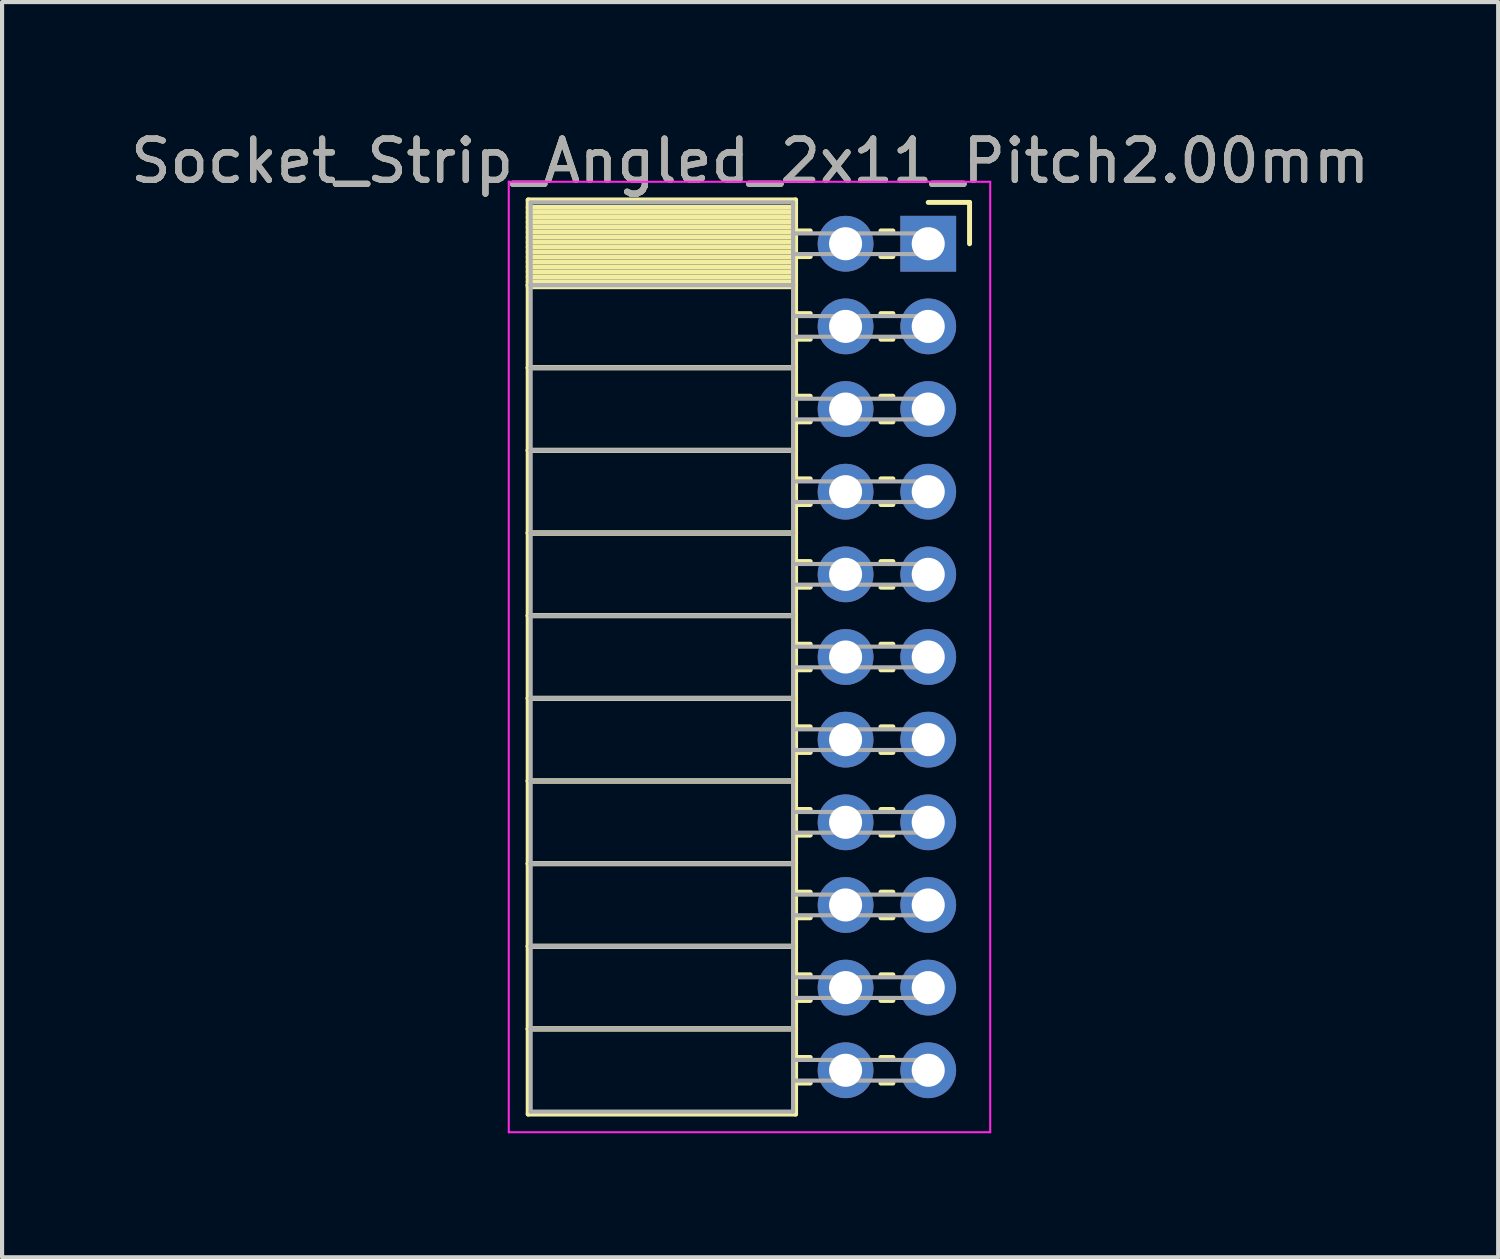
<source format=kicad_pcb>
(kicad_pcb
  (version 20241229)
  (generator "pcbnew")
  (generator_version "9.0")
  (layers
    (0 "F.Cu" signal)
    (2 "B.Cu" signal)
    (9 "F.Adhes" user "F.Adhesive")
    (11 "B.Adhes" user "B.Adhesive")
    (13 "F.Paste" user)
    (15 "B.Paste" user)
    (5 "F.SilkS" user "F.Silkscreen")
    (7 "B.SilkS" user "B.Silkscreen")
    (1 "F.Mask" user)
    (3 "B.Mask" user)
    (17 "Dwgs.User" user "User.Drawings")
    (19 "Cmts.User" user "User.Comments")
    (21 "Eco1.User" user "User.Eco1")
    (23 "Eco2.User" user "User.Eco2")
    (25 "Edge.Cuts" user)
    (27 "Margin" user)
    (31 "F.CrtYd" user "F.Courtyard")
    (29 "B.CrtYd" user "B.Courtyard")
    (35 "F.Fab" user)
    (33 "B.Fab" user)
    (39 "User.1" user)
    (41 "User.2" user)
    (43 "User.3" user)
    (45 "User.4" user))
  (footprint "Socket_Strip_Angled_2x11_Pitch2.00mm"
    (layer "F.Cu")
    (at 19.411 2.848)
    (property "Reference" "Socket_Strip_Angled_2x11_Pitch2.00mm" (at -4.31 -2 0) (layer "F.SilkS") (effects (font (size 1 1) (thickness 0.15))))
    (attr through_hole)
    (fp_line (start -9.68 -1.06) (end -3.21 -1.06) (stroke (width 0.12) (type solid)) (layer "F.SilkS"))
    (fp_line (start -9.68 1) (end -9.68 -1.06) (stroke (width 0.12) (type solid)) (layer "F.SilkS"))
    (fp_line (start -9.68 1) (end -3.21 1) (stroke (width 0.12) (type solid)) (layer "F.SilkS"))
    (fp_line (start -9.68 3) (end -9.68 1) (stroke (width 0.12) (type solid)) (layer "F.SilkS"))
    (fp_line (start -9.68 3) (end -3.21 3) (stroke (width 0.12) (type solid)) (layer "F.SilkS"))
    (fp_line (start -9.68 5) (end -9.68 3) (stroke (width 0.12) (type solid)) (layer "F.SilkS"))
    (fp_line (start -9.68 5) (end -3.21 5) (stroke (width 0.12) (type solid)) (layer "F.SilkS"))
    (fp_line (start -9.68 7) (end -9.68 5) (stroke (width 0.12) (type solid)) (layer "F.SilkS"))
    (fp_line (start -9.68 7) (end -3.21 7) (stroke (width 0.12) (type solid)) (layer "F.SilkS"))
    (fp_line (start -9.68 9) (end -9.68 7) (stroke (width 0.12) (type solid)) (layer "F.SilkS"))
    (fp_line (start -9.68 9) (end -3.21 9) (stroke (width 0.12) (type solid)) (layer "F.SilkS"))
    (fp_line (start -9.68 11) (end -9.68 9) (stroke (width 0.12) (type solid)) (layer "F.SilkS"))
    (fp_line (start -9.68 11) (end -3.21 11) (stroke (width 0.12) (type solid)) (layer "F.SilkS"))
    (fp_line (start -9.68 13) (end -9.68 11) (stroke (width 0.12) (type solid)) (layer "F.SilkS"))
    (fp_line (start -9.68 13) (end -3.21 13) (stroke (width 0.12) (type solid)) (layer "F.SilkS"))
    (fp_line (start -9.68 15) (end -9.68 13) (stroke (width 0.12) (type solid)) (layer "F.SilkS"))
    (fp_line (start -9.68 15) (end -3.21 15) (stroke (width 0.12) (type solid)) (layer "F.SilkS"))
    (fp_line (start -9.68 17) (end -9.68 15) (stroke (width 0.12) (type solid)) (layer "F.SilkS"))
    (fp_line (start -9.68 17) (end -3.21 17) (stroke (width 0.12) (type solid)) (layer "F.SilkS"))
    (fp_line (start -9.68 19) (end -9.68 17) (stroke (width 0.12) (type solid)) (layer "F.SilkS"))
    (fp_line (start -9.68 19) (end -3.21 19) (stroke (width 0.12) (type solid)) (layer "F.SilkS"))
    (fp_line (start -9.68 21.06) (end -9.68 19) (stroke (width 0.12) (type solid)) (layer "F.SilkS"))
    (fp_line (start -3.21 -1.06) (end -3.21 1) (stroke (width 0.12) (type solid)) (layer "F.SilkS"))
    (fp_line (start -3.21 -0.88) (end -9.68 -0.88) (stroke (width 0.12) (type solid)) (layer "F.SilkS"))
    (fp_line (start -3.21 -0.76) (end -9.68 -0.76) (stroke (width 0.12) (type solid)) (layer "F.SilkS"))
    (fp_line (start -3.21 -0.64) (end -9.68 -0.64) (stroke (width 0.12) (type solid)) (layer "F.SilkS"))
    (fp_line (start -3.21 -0.52) (end -9.68 -0.52) (stroke (width 0.12) (type solid)) (layer "F.SilkS"))
    (fp_line (start -3.21 -0.4) (end -9.68 -0.4) (stroke (width 0.12) (type solid)) (layer "F.SilkS"))
    (fp_line (start -3.21 -0.28) (end -9.68 -0.28) (stroke (width 0.12) (type solid)) (layer "F.SilkS"))
    (fp_line (start -3.21 -0.16) (end -9.68 -0.16) (stroke (width 0.12) (type solid)) (layer "F.SilkS"))
    (fp_line (start -3.21 -0.04) (end -9.68 -0.04) (stroke (width 0.12) (type solid)) (layer "F.SilkS"))
    (fp_line (start -3.21 0.08) (end -9.68 0.08) (stroke (width 0.12) (type solid)) (layer "F.SilkS"))
    (fp_line (start -3.21 0.2) (end -9.68 0.2) (stroke (width 0.12) (type solid)) (layer "F.SilkS"))
    (fp_line (start -3.21 0.32) (end -9.68 0.32) (stroke (width 0.12) (type solid)) (layer "F.SilkS"))
    (fp_line (start -3.21 0.44) (end -9.68 0.44) (stroke (width 0.12) (type solid)) (layer "F.SilkS"))
    (fp_line (start -3.21 0.56) (end -9.68 0.56) (stroke (width 0.12) (type solid)) (layer "F.SilkS"))
    (fp_line (start -3.21 0.68) (end -9.68 0.68) (stroke (width 0.12) (type solid)) (layer "F.SilkS"))
    (fp_line (start -3.21 0.8) (end -9.68 0.8) (stroke (width 0.12) (type solid)) (layer "F.SilkS"))
    (fp_line (start -3.21 0.92) (end -9.68 0.92) (stroke (width 0.12) (type solid)) (layer "F.SilkS"))
    (fp_line (start -3.21 1) (end -9.68 1) (stroke (width 0.12) (type solid)) (layer "F.SilkS"))
    (fp_line (start -3.21 1) (end -3.21 3) (stroke (width 0.12) (type solid)) (layer "F.SilkS"))
    (fp_line (start -3.21 1.04) (end -9.68 1.04) (stroke (width 0.12) (type solid)) (layer "F.SilkS"))
    (fp_line (start -3.21 3) (end -9.68 3) (stroke (width 0.12) (type solid)) (layer "F.SilkS"))
    (fp_line (start -3.21 3) (end -3.21 5) (stroke (width 0.12) (type solid)) (layer "F.SilkS"))
    (fp_line (start -3.21 5) (end -9.68 5) (stroke (width 0.12) (type solid)) (layer "F.SilkS"))
    (fp_line (start -3.21 5) (end -3.21 7) (stroke (width 0.12) (type solid)) (layer "F.SilkS"))
    (fp_line (start -3.21 7) (end -9.68 7) (stroke (width 0.12) (type solid)) (layer "F.SilkS"))
    (fp_line (start -3.21 7) (end -3.21 9) (stroke (width 0.12) (type solid)) (layer "F.SilkS"))
    (fp_line (start -3.21 9) (end -9.68 9) (stroke (width 0.12) (type solid)) (layer "F.SilkS"))
    (fp_line (start -3.21 9) (end -3.21 11) (stroke (width 0.12) (type solid)) (layer "F.SilkS"))
    (fp_line (start -3.21 11) (end -9.68 11) (stroke (width 0.12) (type solid)) (layer "F.SilkS"))
    (fp_line (start -3.21 11) (end -3.21 13) (stroke (width 0.12) (type solid)) (layer "F.SilkS"))
    (fp_line (start -3.21 13) (end -9.68 13) (stroke (width 0.12) (type solid)) (layer "F.SilkS"))
    (fp_line (start -3.21 13) (end -3.21 15) (stroke (width 0.12) (type solid)) (layer "F.SilkS"))
    (fp_line (start -3.21 15) (end -9.68 15) (stroke (width 0.12) (type solid)) (layer "F.SilkS"))
    (fp_line (start -3.21 15) (end -3.21 17) (stroke (width 0.12) (type solid)) (layer "F.SilkS"))
    (fp_line (start -3.21 17) (end -9.68 17) (stroke (width 0.12) (type solid)) (layer "F.SilkS"))
    (fp_line (start -3.21 17) (end -3.21 19) (stroke (width 0.12) (type solid)) (layer "F.SilkS"))
    (fp_line (start -3.21 19) (end -9.68 19) (stroke (width 0.12) (type solid)) (layer "F.SilkS"))
    (fp_line (start -3.21 19) (end -3.21 21.06) (stroke (width 0.12) (type solid)) (layer "F.SilkS"))
    (fp_line (start -3.21 21.06) (end -9.68 21.06) (stroke (width 0.12) (type solid)) (layer "F.SilkS"))
    (fp_line (start -2.855 -0.31) (end -3.21 -0.31) (stroke (width 0.12) (type solid)) (layer "F.SilkS"))
    (fp_line (start -2.855 0.31) (end -3.21 0.31) (stroke (width 0.12) (type solid)) (layer "F.SilkS"))
    (fp_line (start -2.855 1.69) (end -3.21 1.69) (stroke (width 0.12) (type solid)) (layer "F.SilkS"))
    (fp_line (start -2.855 2.31) (end -3.21 2.31) (stroke (width 0.12) (type solid)) (layer "F.SilkS"))
    (fp_line (start -2.855 3.69) (end -3.21 3.69) (stroke (width 0.12) (type solid)) (layer "F.SilkS"))
    (fp_line (start -2.855 4.31) (end -3.21 4.31) (stroke (width 0.12) (type solid)) (layer "F.SilkS"))
    (fp_line (start -2.855 5.69) (end -3.21 5.69) (stroke (width 0.12) (type solid)) (layer "F.SilkS"))
    (fp_line (start -2.855 6.31) (end -3.21 6.31) (stroke (width 0.12) (type solid)) (layer "F.SilkS"))
    (fp_line (start -2.855 7.69) (end -3.21 7.69) (stroke (width 0.12) (type solid)) (layer "F.SilkS"))
    (fp_line (start -2.855 8.31) (end -3.21 8.31) (stroke (width 0.12) (type solid)) (layer "F.SilkS"))
    (fp_line (start -2.855 9.69) (end -3.21 9.69) (stroke (width 0.12) (type solid)) (layer "F.SilkS"))
    (fp_line (start -2.855 10.31) (end -3.21 10.31) (stroke (width 0.12) (type solid)) (layer "F.SilkS"))
    (fp_line (start -2.855 11.69) (end -3.21 11.69) (stroke (width 0.12) (type solid)) (layer "F.SilkS"))
    (fp_line (start -2.855 12.31) (end -3.21 12.31) (stroke (width 0.12) (type solid)) (layer "F.SilkS"))
    (fp_line (start -2.855 13.69) (end -3.21 13.69) (stroke (width 0.12) (type solid)) (layer "F.SilkS"))
    (fp_line (start -2.855 14.31) (end -3.21 14.31) (stroke (width 0.12) (type solid)) (layer "F.SilkS"))
    (fp_line (start -2.855 15.69) (end -3.21 15.69) (stroke (width 0.12) (type solid)) (layer "F.SilkS"))
    (fp_line (start -2.855 16.31) (end -3.21 16.31) (stroke (width 0.12) (type solid)) (layer "F.SilkS"))
    (fp_line (start -2.855 17.69) (end -3.21 17.69) (stroke (width 0.12) (type solid)) (layer "F.SilkS"))
    (fp_line (start -2.855 18.31) (end -3.21 18.31) (stroke (width 0.12) (type solid)) (layer "F.SilkS"))
    (fp_line (start -2.855 19.69) (end -3.21 19.69) (stroke (width 0.12) (type solid)) (layer "F.SilkS"))
    (fp_line (start -2.855 20.31) (end -3.21 20.31) (stroke (width 0.12) (type solid)) (layer "F.SilkS"))
    (fp_line (start -0.855 -0.31) (end -1.145 -0.31) (stroke (width 0.12) (type solid)) (layer "F.SilkS"))
    (fp_line (start -0.855 0.31) (end -1.145 0.31) (stroke (width 0.12) (type solid)) (layer "F.SilkS"))
    (fp_line (start -0.855 1.69) (end -1.145 1.69) (stroke (width 0.12) (type solid)) (layer "F.SilkS"))
    (fp_line (start -0.855 2.31) (end -1.145 2.31) (stroke (width 0.12) (type solid)) (layer "F.SilkS"))
    (fp_line (start -0.855 3.69) (end -1.145 3.69) (stroke (width 0.12) (type solid)) (layer "F.SilkS"))
    (fp_line (start -0.855 4.31) (end -1.145 4.31) (stroke (width 0.12) (type solid)) (layer "F.SilkS"))
    (fp_line (start -0.855 5.69) (end -1.145 5.69) (stroke (width 0.12) (type solid)) (layer "F.SilkS"))
    (fp_line (start -0.855 6.31) (end -1.145 6.31) (stroke (width 0.12) (type solid)) (layer "F.SilkS"))
    (fp_line (start -0.855 7.69) (end -1.145 7.69) (stroke (width 0.12) (type solid)) (layer "F.SilkS"))
    (fp_line (start -0.855 8.31) (end -1.145 8.31) (stroke (width 0.12) (type solid)) (layer "F.SilkS"))
    (fp_line (start -0.855 9.69) (end -1.145 9.69) (stroke (width 0.12) (type solid)) (layer "F.SilkS"))
    (fp_line (start -0.855 10.31) (end -1.145 10.31) (stroke (width 0.12) (type solid)) (layer "F.SilkS"))
    (fp_line (start -0.855 11.69) (end -1.145 11.69) (stroke (width 0.12) (type solid)) (layer "F.SilkS"))
    (fp_line (start -0.855 12.31) (end -1.145 12.31) (stroke (width 0.12) (type solid)) (layer "F.SilkS"))
    (fp_line (start -0.855 13.69) (end -1.145 13.69) (stroke (width 0.12) (type solid)) (layer "F.SilkS"))
    (fp_line (start -0.855 14.31) (end -1.145 14.31) (stroke (width 0.12) (type solid)) (layer "F.SilkS"))
    (fp_line (start -0.855 15.69) (end -1.145 15.69) (stroke (width 0.12) (type solid)) (layer "F.SilkS"))
    (fp_line (start -0.855 16.31) (end -1.145 16.31) (stroke (width 0.12) (type solid)) (layer "F.SilkS"))
    (fp_line (start -0.855 17.69) (end -1.145 17.69) (stroke (width 0.12) (type solid)) (layer "F.SilkS"))
    (fp_line (start -0.855 18.31) (end -1.145 18.31) (stroke (width 0.12) (type solid)) (layer "F.SilkS"))
    (fp_line (start -0.855 19.69) (end -1.145 19.69) (stroke (width 0.12) (type solid)) (layer "F.SilkS"))
    (fp_line (start -0.855 20.31) (end -1.145 20.31) (stroke (width 0.12) (type solid)) (layer "F.SilkS"))
    (fp_line (start 0 -1) (end 1 -1) (stroke (width 0.12) (type solid)) (layer "F.SilkS"))
    (fp_line (start 1 -1) (end 1 0) (stroke (width 0.12) (type solid)) (layer "F.SilkS"))
    (fp_line (start -10.15 -1.5) (end 1.5 -1.5) (stroke (width 0.05) (type solid)) (layer "F.CrtYd"))
    (fp_line (start -10.15 21.5) (end -10.15 -1.5) (stroke (width 0.05) (type solid)) (layer "F.CrtYd"))
    (fp_line (start 1.5 -1.5) (end 1.5 21.5) (stroke (width 0.05) (type solid)) (layer "F.CrtYd"))
    (fp_line (start 1.5 21.5) (end -10.15 21.5) (stroke (width 0.05) (type solid)) (layer "F.CrtYd"))
    (fp_line (start -9.62 -1) (end -3.27 -1) (stroke (width 0.1) (type solid)) (layer "F.Fab"))
    (fp_line (start -9.62 1) (end -9.62 -1) (stroke (width 0.1) (type solid)) (layer "F.Fab"))
    (fp_line (start -9.62 1) (end -3.27 1) (stroke (width 0.1) (type solid)) (layer "F.Fab"))
    (fp_line (start -9.62 3) (end -9.62 1) (stroke (width 0.1) (type solid)) (layer "F.Fab"))
    (fp_line (start -9.62 3) (end -3.27 3) (stroke (width 0.1) (type solid)) (layer "F.Fab"))
    (fp_line (start -9.62 5) (end -9.62 3) (stroke (width 0.1) (type solid)) (layer "F.Fab"))
    (fp_line (start -9.62 5) (end -3.27 5) (stroke (width 0.1) (type solid)) (layer "F.Fab"))
    (fp_line (start -9.62 7) (end -9.62 5) (stroke (width 0.1) (type solid)) (layer "F.Fab"))
    (fp_line (start -9.62 7) (end -3.27 7) (stroke (width 0.1) (type solid)) (layer "F.Fab"))
    (fp_line (start -9.62 9) (end -9.62 7) (stroke (width 0.1) (type solid)) (layer "F.Fab"))
    (fp_line (start -9.62 9) (end -3.27 9) (stroke (width 0.1) (type solid)) (layer "F.Fab"))
    (fp_line (start -9.62 11) (end -9.62 9) (stroke (width 0.1) (type solid)) (layer "F.Fab"))
    (fp_line (start -9.62 11) (end -3.27 11) (stroke (width 0.1) (type solid)) (layer "F.Fab"))
    (fp_line (start -9.62 13) (end -9.62 11) (stroke (width 0.1) (type solid)) (layer "F.Fab"))
    (fp_line (start -9.62 13) (end -3.27 13) (stroke (width 0.1) (type solid)) (layer "F.Fab"))
    (fp_line (start -9.62 15) (end -9.62 13) (stroke (width 0.1) (type solid)) (layer "F.Fab"))
    (fp_line (start -9.62 15) (end -3.27 15) (stroke (width 0.1) (type solid)) (layer "F.Fab"))
    (fp_line (start -9.62 17) (end -9.62 15) (stroke (width 0.1) (type solid)) (layer "F.Fab"))
    (fp_line (start -9.62 17) (end -3.27 17) (stroke (width 0.1) (type solid)) (layer "F.Fab"))
    (fp_line (start -9.62 19) (end -9.62 17) (stroke (width 0.1) (type solid)) (layer "F.Fab"))
    (fp_line (start -9.62 19) (end -3.27 19) (stroke (width 0.1) (type solid)) (layer "F.Fab"))
    (fp_line (start -9.62 21) (end -9.62 19) (stroke (width 0.1) (type solid)) (layer "F.Fab"))
    (fp_line (start -3.27 -1) (end -3.27 1) (stroke (width 0.1) (type solid)) (layer "F.Fab"))
    (fp_line (start -3.27 -0.25) (end 0 -0.25) (stroke (width 0.1) (type solid)) (layer "F.Fab"))
    (fp_line (start -3.27 0.25) (end -3.27 -0.25) (stroke (width 0.1) (type solid)) (layer "F.Fab"))
    (fp_line (start -3.27 1) (end -9.62 1) (stroke (width 0.1) (type solid)) (layer "F.Fab"))
    (fp_line (start -3.27 1) (end -3.27 3) (stroke (width 0.1) (type solid)) (layer "F.Fab"))
    (fp_line (start -3.27 1.75) (end 0 1.75) (stroke (width 0.1) (type solid)) (layer "F.Fab"))
    (fp_line (start -3.27 2.25) (end -3.27 1.75) (stroke (width 0.1) (type solid)) (layer "F.Fab"))
    (fp_line (start -3.27 3) (end -9.62 3) (stroke (width 0.1) (type solid)) (layer "F.Fab"))
    (fp_line (start -3.27 3) (end -3.27 5) (stroke (width 0.1) (type solid)) (layer "F.Fab"))
    (fp_line (start -3.27 3.75) (end 0 3.75) (stroke (width 0.1) (type solid)) (layer "F.Fab"))
    (fp_line (start -3.27 4.25) (end -3.27 3.75) (stroke (width 0.1) (type solid)) (layer "F.Fab"))
    (fp_line (start -3.27 5) (end -9.62 5) (stroke (width 0.1) (type solid)) (layer "F.Fab"))
    (fp_line (start -3.27 5) (end -3.27 7) (stroke (width 0.1) (type solid)) (layer "F.Fab"))
    (fp_line (start -3.27 5.75) (end 0 5.75) (stroke (width 0.1) (type solid)) (layer "F.Fab"))
    (fp_line (start -3.27 6.25) (end -3.27 5.75) (stroke (width 0.1) (type solid)) (layer "F.Fab"))
    (fp_line (start -3.27 7) (end -9.62 7) (stroke (width 0.1) (type solid)) (layer "F.Fab"))
    (fp_line (start -3.27 7) (end -3.27 9) (stroke (width 0.1) (type solid)) (layer "F.Fab"))
    (fp_line (start -3.27 7.75) (end 0 7.75) (stroke (width 0.1) (type solid)) (layer "F.Fab"))
    (fp_line (start -3.27 8.25) (end -3.27 7.75) (stroke (width 0.1) (type solid)) (layer "F.Fab"))
    (fp_line (start -3.27 9) (end -9.62 9) (stroke (width 0.1) (type solid)) (layer "F.Fab"))
    (fp_line (start -3.27 9) (end -3.27 11) (stroke (width 0.1) (type solid)) (layer "F.Fab"))
    (fp_line (start -3.27 9.75) (end 0 9.75) (stroke (width 0.1) (type solid)) (layer "F.Fab"))
    (fp_line (start -3.27 10.25) (end -3.27 9.75) (stroke (width 0.1) (type solid)) (layer "F.Fab"))
    (fp_line (start -3.27 11) (end -9.62 11) (stroke (width 0.1) (type solid)) (layer "F.Fab"))
    (fp_line (start -3.27 11) (end -3.27 13) (stroke (width 0.1) (type solid)) (layer "F.Fab"))
    (fp_line (start -3.27 11.75) (end 0 11.75) (stroke (width 0.1) (type solid)) (layer "F.Fab"))
    (fp_line (start -3.27 12.25) (end -3.27 11.75) (stroke (width 0.1) (type solid)) (layer "F.Fab"))
    (fp_line (start -3.27 13) (end -9.62 13) (stroke (width 0.1) (type solid)) (layer "F.Fab"))
    (fp_line (start -3.27 13) (end -3.27 15) (stroke (width 0.1) (type solid)) (layer "F.Fab"))
    (fp_line (start -3.27 13.75) (end 0 13.75) (stroke (width 0.1) (type solid)) (layer "F.Fab"))
    (fp_line (start -3.27 14.25) (end -3.27 13.75) (stroke (width 0.1) (type solid)) (layer "F.Fab"))
    (fp_line (start -3.27 15) (end -9.62 15) (stroke (width 0.1) (type solid)) (layer "F.Fab"))
    (fp_line (start -3.27 15) (end -3.27 17) (stroke (width 0.1) (type solid)) (layer "F.Fab"))
    (fp_line (start -3.27 15.75) (end 0 15.75) (stroke (width 0.1) (type solid)) (layer "F.Fab"))
    (fp_line (start -3.27 16.25) (end -3.27 15.75) (stroke (width 0.1) (type solid)) (layer "F.Fab"))
    (fp_line (start -3.27 17) (end -9.62 17) (stroke (width 0.1) (type solid)) (layer "F.Fab"))
    (fp_line (start -3.27 17) (end -3.27 19) (stroke (width 0.1) (type solid)) (layer "F.Fab"))
    (fp_line (start -3.27 17.75) (end 0 17.75) (stroke (width 0.1) (type solid)) (layer "F.Fab"))
    (fp_line (start -3.27 18.25) (end -3.27 17.75) (stroke (width 0.1) (type solid)) (layer "F.Fab"))
    (fp_line (start -3.27 19) (end -9.62 19) (stroke (width 0.1) (type solid)) (layer "F.Fab"))
    (fp_line (start -3.27 19) (end -3.27 21) (stroke (width 0.1) (type solid)) (layer "F.Fab"))
    (fp_line (start -3.27 19.75) (end 0 19.75) (stroke (width 0.1) (type solid)) (layer "F.Fab"))
    (fp_line (start -3.27 20.25) (end -3.27 19.75) (stroke (width 0.1) (type solid)) (layer "F.Fab"))
    (fp_line (start -3.27 21) (end -9.62 21) (stroke (width 0.1) (type solid)) (layer "F.Fab"))
    (fp_line (start 0 -0.25) (end 0 0.25) (stroke (width 0.1) (type solid)) (layer "F.Fab"))
    (fp_line (start 0 0.25) (end -3.27 0.25) (stroke (width 0.1) (type solid)) (layer "F.Fab"))
    (fp_line (start 0 1.75) (end 0 2.25) (stroke (width 0.1) (type solid)) (layer "F.Fab"))
    (fp_line (start 0 2.25) (end -3.27 2.25) (stroke (width 0.1) (type solid)) (layer "F.Fab"))
    (fp_line (start 0 3.75) (end 0 4.25) (stroke (width 0.1) (type solid)) (layer "F.Fab"))
    (fp_line (start 0 4.25) (end -3.27 4.25) (stroke (width 0.1) (type solid)) (layer "F.Fab"))
    (fp_line (start 0 5.75) (end 0 6.25) (stroke (width 0.1) (type solid)) (layer "F.Fab"))
    (fp_line (start 0 6.25) (end -3.27 6.25) (stroke (width 0.1) (type solid)) (layer "F.Fab"))
    (fp_line (start 0 7.75) (end 0 8.25) (stroke (width 0.1) (type solid)) (layer "F.Fab"))
    (fp_line (start 0 8.25) (end -3.27 8.25) (stroke (width 0.1) (type solid)) (layer "F.Fab"))
    (fp_line (start 0 9.75) (end 0 10.25) (stroke (width 0.1) (type solid)) (layer "F.Fab"))
    (fp_line (start 0 10.25) (end -3.27 10.25) (stroke (width 0.1) (type solid)) (layer "F.Fab"))
    (fp_line (start 0 11.75) (end 0 12.25) (stroke (width 0.1) (type solid)) (layer "F.Fab"))
    (fp_line (start 0 12.25) (end -3.27 12.25) (stroke (width 0.1) (type solid)) (layer "F.Fab"))
    (fp_line (start 0 13.75) (end 0 14.25) (stroke (width 0.1) (type solid)) (layer "F.Fab"))
    (fp_line (start 0 14.25) (end -3.27 14.25) (stroke (width 0.1) (type solid)) (layer "F.Fab"))
    (fp_line (start 0 15.75) (end 0 16.25) (stroke (width 0.1) (type solid)) (layer "F.Fab"))
    (fp_line (start 0 16.25) (end -3.27 16.25) (stroke (width 0.1) (type solid)) (layer "F.Fab"))
    (fp_line (start 0 17.75) (end 0 18.25) (stroke (width 0.1) (type solid)) (layer "F.Fab"))
    (fp_line (start 0 18.25) (end -3.27 18.25) (stroke (width 0.1) (type solid)) (layer "F.Fab"))
    (fp_line (start 0 19.75) (end 0 20.25) (stroke (width 0.1) (type solid)) (layer "F.Fab"))
    (fp_line (start 0 20.25) (end -3.27 20.25) (stroke (width 0.1) (type solid)) (layer "F.Fab"))
    (fp_text user "${REFERENCE}" (at -4.31 -2 0) (layer "F.Fab") (effects (font (size 1 1) (thickness 0.15))))
    (pad "1" thru_hole rect (at 0 0) (size 1.35 1.35) (drill 0.8) (layers "*.Cu" "*.Mask"))
    (pad "2" thru_hole oval (at -2 0) (size 1.35 1.35) (drill 0.8) (layers "*.Cu" "*.Mask"))
    (pad "3" thru_hole oval (at 0 2) (size 1.35 1.35) (drill 0.8) (layers "*.Cu" "*.Mask"))
    (pad "4" thru_hole oval (at -2 2) (size 1.35 1.35) (drill 0.8) (layers "*.Cu" "*.Mask"))
    (pad "5" thru_hole oval (at 0 4) (size 1.35 1.35) (drill 0.8) (layers "*.Cu" "*.Mask"))
    (pad "6" thru_hole oval (at -2 4) (size 1.35 1.35) (drill 0.8) (layers "*.Cu" "*.Mask"))
    (pad "7" thru_hole oval (at 0 6) (size 1.35 1.35) (drill 0.8) (layers "*.Cu" "*.Mask"))
    (pad "8" thru_hole oval (at -2 6) (size 1.35 1.35) (drill 0.8) (layers "*.Cu" "*.Mask"))
    (pad "9" thru_hole oval (at 0 8) (size 1.35 1.35) (drill 0.8) (layers "*.Cu" "*.Mask"))
    (pad "10" thru_hole oval (at -2 8) (size 1.35 1.35) (drill 0.8) (layers "*.Cu" "*.Mask"))
    (pad "11" thru_hole oval (at 0 10) (size 1.35 1.35) (drill 0.8) (layers "*.Cu" "*.Mask"))
    (pad "12" thru_hole oval (at -2 10) (size 1.35 1.35) (drill 0.8) (layers "*.Cu" "*.Mask"))
    (pad "13" thru_hole oval (at 0 12) (size 1.35 1.35) (drill 0.8) (layers "*.Cu" "*.Mask"))
    (pad "14" thru_hole oval (at -2 12) (size 1.35 1.35) (drill 0.8) (layers "*.Cu" "*.Mask"))
    (pad "15" thru_hole oval (at 0 14) (size 1.35 1.35) (drill 0.8) (layers "*.Cu" "*.Mask"))
    (pad "16" thru_hole oval (at -2 14) (size 1.35 1.35) (drill 0.8) (layers "*.Cu" "*.Mask"))
    (pad "17" thru_hole oval (at 0 16) (size 1.35 1.35) (drill 0.8) (layers "*.Cu" "*.Mask"))
    (pad "18" thru_hole oval (at -2 16) (size 1.35 1.35) (drill 0.8) (layers "*.Cu" "*.Mask"))
    (pad "19" thru_hole oval (at 0 18) (size 1.35 1.35) (drill 0.8) (layers "*.Cu" "*.Mask"))
    (pad "20" thru_hole oval (at -2 18) (size 1.35 1.35) (drill 0.8) (layers "*.Cu" "*.Mask"))
    (pad "21" thru_hole oval (at 0 20) (size 1.35 1.35) (drill 0.8) (layers "*.Cu" "*.Mask"))
    (pad "22" thru_hole oval (at -2 20) (size 1.35 1.35) (drill 0.8) (layers "*.Cu" "*.Mask")))
  (gr_rect
    (start -3 -3)
    (end 33.202 27.373)
    (stroke (width 0.1) (type default))
    (fill no)
    (layer "Edge.Cuts")))
</source>
